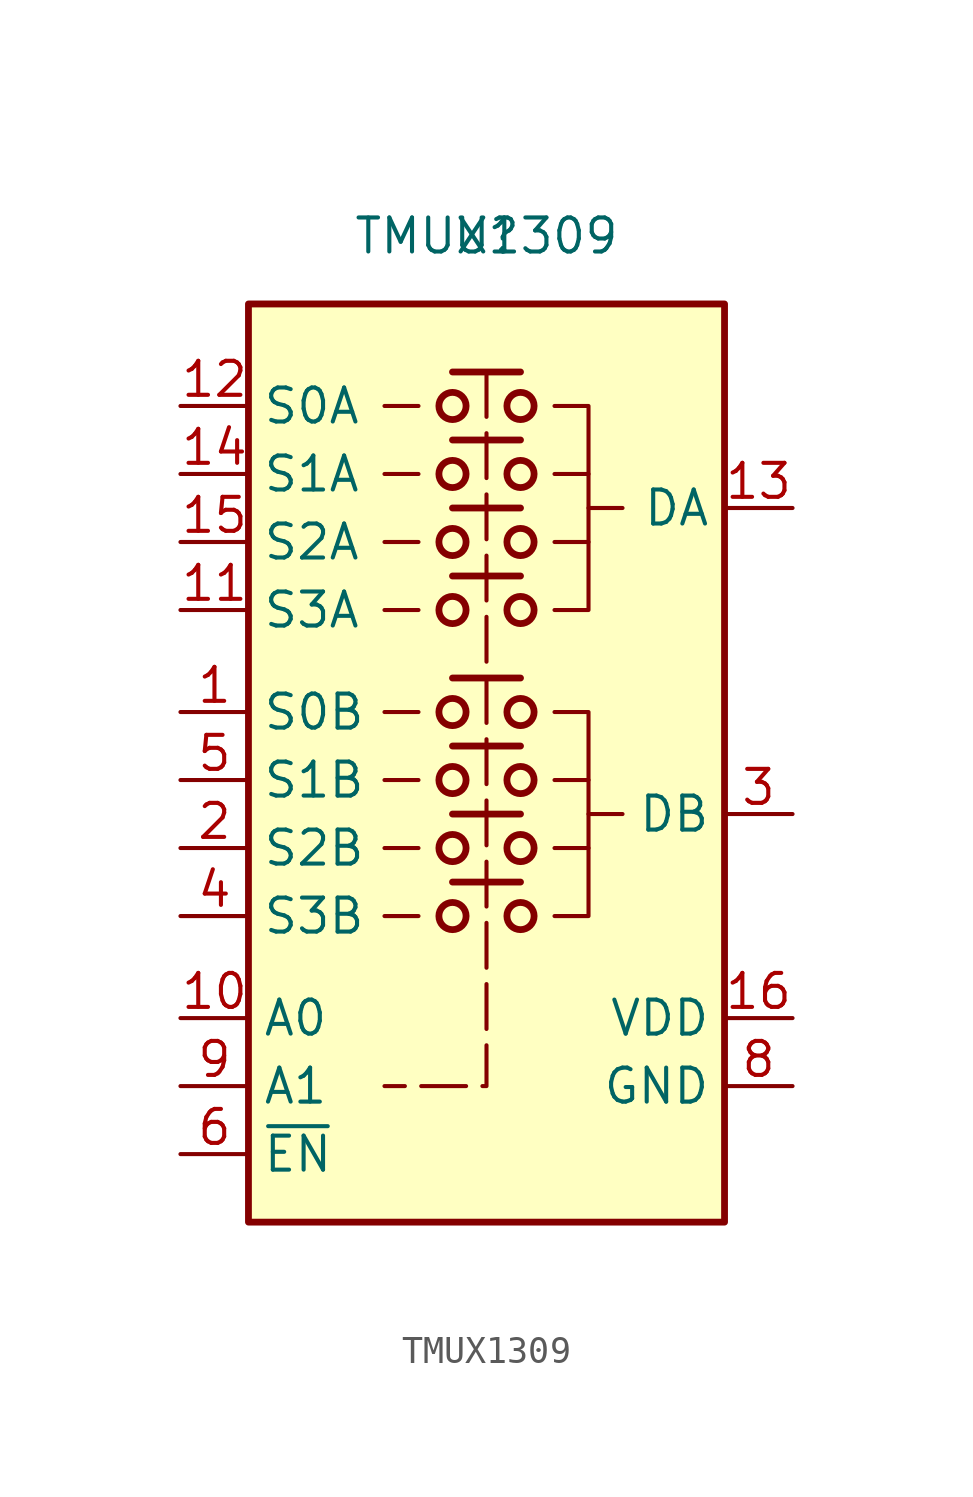
<source format=kicad_sym>
(kicad_symbol_lib
  (version 20241209)
  (generator "kicad_symbol_editor")
  (generator_version "9.0")
  (symbol "TMUX1309"
    (property "Reference" "U"
      (at 11.43 6.35 0)
      (effects (font (size 1.27 1.27))))
    (property "Value" "TMUX1309"
      (at 11.43 6.35 0)
      (effects (font (size 1.27 1.27))))
    (symbol "TMUX1309_0_1"
      (rectangle (start 2.54 3.81) (end 20.32 -30.48) (stroke (width 0.254) (type default)) (fill (type background)))
      (polyline (pts (xy 7.62 0) (xy 8.89 0)) (stroke (width 0) (type default)) (fill (type none)))
      (polyline (pts (xy 7.62 -2.54) (xy 8.89 -2.54)) (stroke (width 0) (type default)) (fill (type none)))
      (polyline (pts (xy 7.62 -5.08) (xy 8.89 -5.08)) (stroke (width 0) (type default)) (fill (type none)))
      (polyline (pts (xy 7.62 -7.62) (xy 8.89 -7.62)) (stroke (width 0) (type default)) (fill (type none)))
      (polyline (pts (xy 7.62 -11.43) (xy 8.89 -11.43)) (stroke (width 0) (type default)) (fill (type none)))
      (polyline (pts (xy 7.62 -13.97) (xy 8.89 -13.97)) (stroke (width 0) (type default)) (fill (type none)))
      (polyline (pts (xy 7.62 -16.51) (xy 8.89 -16.51)) (stroke (width 0) (type default)) (fill (type none)))
      (polyline (pts (xy 7.62 -19.05) (xy 8.89 -19.05)) (stroke (width 0) (type default)) (fill (type none)))
      (polyline (pts (xy 10.16 1.27) (xy 12.7 1.27)) (stroke (width 0.254) (type default)) (fill (type none)))
      (circle (center 10.16 0) (radius 0.508) (stroke (width 0.254) (type default)) (fill (type none)))
      (polyline (pts (xy 10.16 -1.27) (xy 12.7 -1.27)) (stroke (width 0.254) (type default)) (fill (type none)))
      (circle (center 10.16 -2.54) (radius 0.508) (stroke (width 0.254) (type default)) (fill (type none)))
      (polyline (pts (xy 10.16 -3.81) (xy 12.7 -3.81)) (stroke (width 0.254) (type default)) (fill (type none)))
      (circle (center 10.16 -5.08) (radius 0.508) (stroke (width 0.254) (type default)) (fill (type none)))
      (polyline (pts (xy 10.16 -6.35) (xy 12.7 -6.35)) (stroke (width 0.254) (type default)) (fill (type none)))
      (circle (center 10.16 -7.62) (radius 0.508) (stroke (width 0.254) (type default)) (fill (type none)))
      (polyline (pts (xy 10.16 -10.16) (xy 12.7 -10.16)) (stroke (width 0.254) (type default)) (fill (type none)))
      (circle (center 10.16 -11.43) (radius 0.508) (stroke (width 0.254) (type default)) (fill (type none)))
      (polyline (pts (xy 10.16 -12.7) (xy 12.7 -12.7)) (stroke (width 0.254) (type default)) (fill (type none)))
      (circle (center 10.16 -13.97) (radius 0.508) (stroke (width 0.254) (type default)) (fill (type none)))
      (polyline (pts (xy 10.16 -15.24) (xy 12.7 -15.24)) (stroke (width 0.254) (type default)) (fill (type none)))
      (circle (center 10.16 -16.51) (radius 0.508) (stroke (width 0.254) (type default)) (fill (type none)))
      (polyline (pts (xy 10.16 -17.78) (xy 12.7 -17.78)) (stroke (width 0.254) (type default)) (fill (type none)))
      (circle (center 10.16 -19.05) (radius 0.508) (stroke (width 0.254) (type default)) (fill (type none)))
      (polyline (pts (xy 11.43 1.27) (xy 11.43 -25.4) (xy 7.62 -25.4)) (stroke (width 0) (type dash)) (fill (type none)))
      (circle (center 12.7 0) (radius 0.508) (stroke (width 0.254) (type default)) (fill (type none)))
      (circle (center 12.7 -2.54) (radius 0.508) (stroke (width 0.254) (type default)) (fill (type none)))
      (circle (center 12.7 -5.08) (radius 0.508) (stroke (width 0.254) (type default)) (fill (type none)))
      (circle (center 12.7 -7.62) (radius 0.508) (stroke (width 0.254) (type default)) (fill (type none)))
      (circle (center 12.7 -11.43) (radius 0.508) (stroke (width 0.254) (type default)) (fill (type none)))
      (circle (center 12.7 -13.97) (radius 0.508) (stroke (width 0.254) (type default)) (fill (type none)))
      (circle (center 12.7 -16.51) (radius 0.508) (stroke (width 0.254) (type default)) (fill (type none)))
      (circle (center 12.7 -19.05) (radius 0.508) (stroke (width 0.254) (type default)) (fill (type none)))
      (polyline (pts (xy 13.97 0) (xy 15.24 0) (xy 15.24 -7.62) (xy 13.97 -7.62)) (stroke (width 0) (type default)) (fill (type none)))
      (polyline (pts (xy 13.97 -2.54) (xy 15.24 -2.54)) (stroke (width 0) (type default)) (fill (type none)))
      (polyline (pts (xy 13.97 -5.08) (xy 15.24 -5.08)) (stroke (width 0) (type default)) (fill (type none)))
      (polyline (pts (xy 13.97 -11.43) (xy 15.24 -11.43) (xy 15.24 -19.05) (xy 13.97 -19.05)) (stroke (width 0) (type default)) (fill (type none)))
      (polyline (pts (xy 13.97 -13.97) (xy 15.24 -13.97)) (stroke (width 0) (type default)) (fill (type none)))
      (polyline (pts (xy 13.97 -16.51) (xy 15.24 -16.51)) (stroke (width 0) (type default)) (fill (type none)))
      (polyline (pts (xy 15.24 -3.81) (xy 16.51 -3.81)) (stroke (width 0) (type default)) (fill (type none)))
      (polyline (pts (xy 15.24 -15.24) (xy 16.51 -15.24)) (stroke (width 0) (type default)) (fill (type none))))
    (symbol "TMUX1309_1_1"
      (pin bidirectional line (at 0 0 0) (length 2.54) (name "S0A" (effects (font (size 1.27 1.27)))) (number "12" (effects (font (size 1.27 1.27)))))
      (pin bidirectional line (at 0 -2.54 0) (length 2.54) (name "S1A" (effects (font (size 1.27 1.27)))) (number "14" (effects (font (size 1.27 1.27)))))
      (pin bidirectional line (at 0 -5.08 0) (length 2.54) (name "S2A" (effects (font (size 1.27 1.27)))) (number "15" (effects (font (size 1.27 1.27)))))
      (pin bidirectional line (at 0 -7.62 0) (length 2.54) (name "S3A" (effects (font (size 1.27 1.27)))) (number "11" (effects (font (size 1.27 1.27)))))
      (pin bidirectional line (at 0 -11.43 0) (length 2.54) (name "S0B" (effects (font (size 1.27 1.27)))) (number "1" (effects (font (size 1.27 1.27)))))
      (pin bidirectional line (at 0 -13.97 0) (length 2.54) (name "S1B" (effects (font (size 1.27 1.27)))) (number "5" (effects (font (size 1.27 1.27)))))
      (pin bidirectional line (at 0 -16.51 0) (length 2.54) (name "S2B" (effects (font (size 1.27 1.27)))) (number "2" (effects (font (size 1.27 1.27)))))
      (pin bidirectional line (at 0 -19.05 0) (length 2.54) (name "S3B" (effects (font (size 1.27 1.27)))) (number "4" (effects (font (size 1.27 1.27)))))
      (pin input line (at 0 -22.86 0) (length 2.54) (name "A0" (effects (font (size 1.27 1.27)))) (number "10" (effects (font (size 1.27 1.27)))))
      (pin input line (at 0 -25.4 0) (length 2.54) (name "A1" (effects (font (size 1.27 1.27)))) (number "9" (effects (font (size 1.27 1.27)))))
      (pin input line (at 0 -27.94 0) (length 2.54) (name "~{EN}" (effects (font (size 1.27 1.27)))) (number "6" (effects (font (size 1.27 1.27)))))
      (pin bidirectional line (at 22.86 -3.81 180) (length 2.54) (name "DA" (effects (font (size 1.27 1.27)))) (number "13" (effects (font (size 1.27 1.27)))))
      (pin bidirectional line (at 22.86 -15.24 180) (length 2.54) (name "DB" (effects (font (size 1.27 1.27)))) (number "3" (effects (font (size 1.27 1.27)))))
      (pin power_in line (at 22.86 -22.86 180) (length 2.54) (name "VDD" (effects (font (size 1.27 1.27)))) (number "16" (effects (font (size 1.27 1.27)))))
      (pin power_in line (at 22.86 -25.4 180) (length 2.54) (name "GND" (effects (font (size 1.27 1.27)))) (number "8" (effects (font (size 1.27 1.27)))))
      (pin no_connect line (at 22.86 -27.94 180) (length 2.54) (hide yes) (name "NC" (effects (font (size 1.27 1.27)))) (number "7" (effects (font (size 1.27 1.27))))))))
</source>
